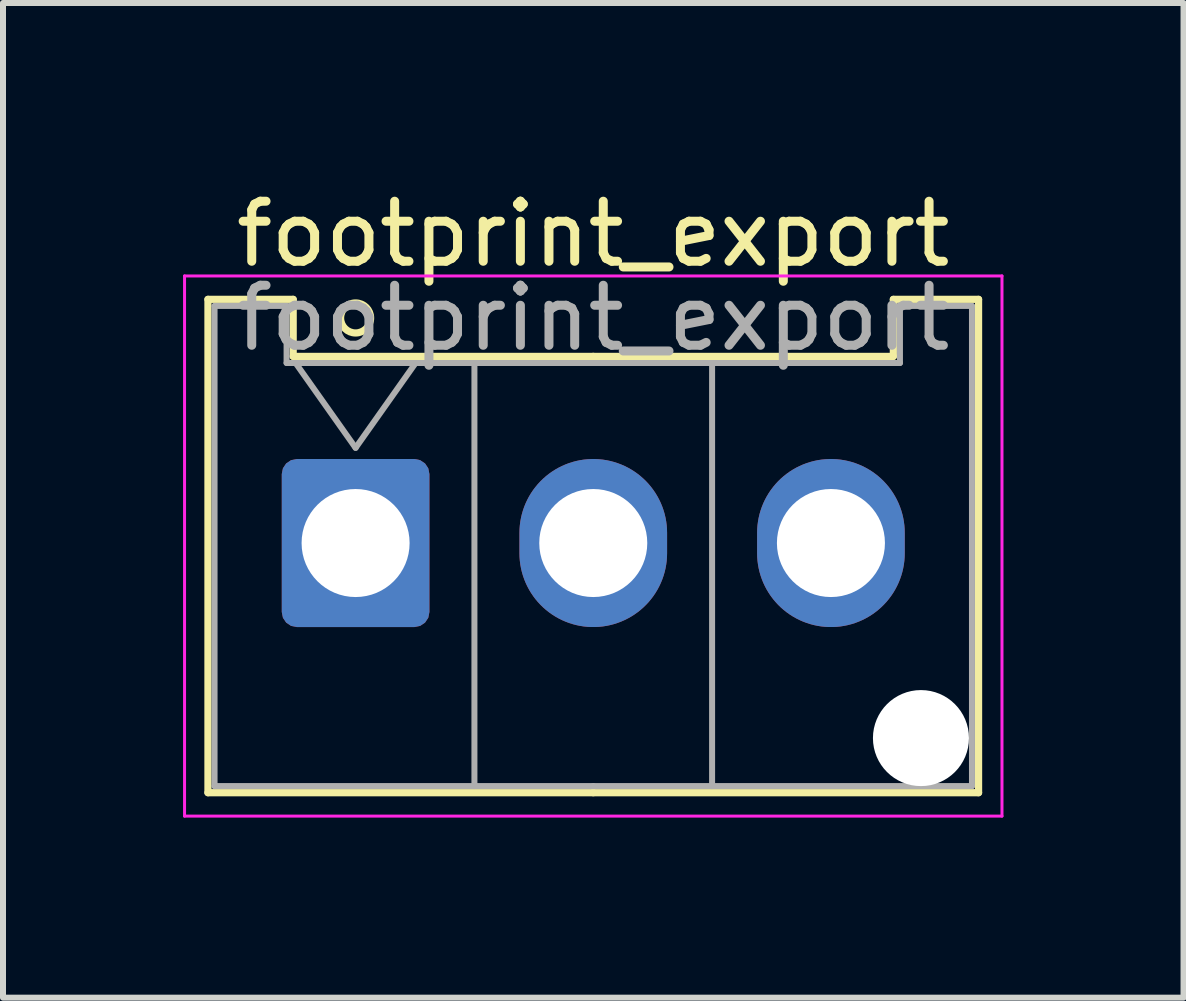
<source format=kicad_pcb>
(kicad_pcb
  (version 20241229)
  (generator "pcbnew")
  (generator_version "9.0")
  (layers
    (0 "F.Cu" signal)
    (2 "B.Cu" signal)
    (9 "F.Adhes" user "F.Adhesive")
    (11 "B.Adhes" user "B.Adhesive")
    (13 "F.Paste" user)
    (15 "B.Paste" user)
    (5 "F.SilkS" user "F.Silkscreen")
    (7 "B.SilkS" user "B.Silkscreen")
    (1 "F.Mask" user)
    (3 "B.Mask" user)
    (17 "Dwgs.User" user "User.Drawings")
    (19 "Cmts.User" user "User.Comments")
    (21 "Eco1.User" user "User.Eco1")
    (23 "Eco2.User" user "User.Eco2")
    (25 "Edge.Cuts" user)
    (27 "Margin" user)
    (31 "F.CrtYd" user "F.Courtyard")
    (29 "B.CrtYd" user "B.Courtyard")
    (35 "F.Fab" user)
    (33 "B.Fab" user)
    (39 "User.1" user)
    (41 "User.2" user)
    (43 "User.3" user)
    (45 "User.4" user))
  (footprint "footprint_export"
    (layer "F.Cu")
    (at 2.875 5.998)
    (property "Reference" "footprint_export" (at 3.96 -5.15 0) (layer "F.SilkS") (effects (font (size 1 1) (thickness 0.15))))
    (attr through_hole)
    (fp_line (start -2.46 -4.06) (end -1.04 -4.06) (stroke (width 0.12) (type solid)) (layer "F.SilkS"))
    (fp_line (start -2.46 4.16) (end -2.46 -4.06) (stroke (width 0.12) (type solid)) (layer "F.SilkS"))
    (fp_line (start -1.04 -4.06) (end -1.04 -3.11) (stroke (width 0.12) (type solid)) (layer "F.SilkS"))
    (fp_line (start -1.04 -3.11) (end 3.96 -3.11) (stroke (width 0.12) (type solid)) (layer "F.SilkS"))
    (fp_line (start 3.96 4.16) (end -2.46 4.16) (stroke (width 0.12) (type solid)) (layer "F.SilkS"))
    (fp_line (start 3.96 4.16) (end 10.38 4.16) (stroke (width 0.12) (type solid)) (layer "F.SilkS"))
    (fp_line (start 8.96 -4.06) (end 8.96 -3.11) (stroke (width 0.12) (type solid)) (layer "F.SilkS"))
    (fp_line (start 8.96 -3.11) (end 3.96 -3.11) (stroke (width 0.12) (type solid)) (layer "F.SilkS"))
    (fp_line (start 10.38 -4.06) (end 8.96 -4.06) (stroke (width 0.12) (type solid)) (layer "F.SilkS"))
    (fp_line (start 10.38 4.16) (end 10.38 -4.06) (stroke (width 0.12) (type solid)) (layer "F.SilkS"))
    (fp_circle (center 0 -3.75) (end 0.25 -3.75) (stroke (width 0.12) (type solid)) (fill no) (layer "F.SilkS"))
    (fp_line (start -2.85 -4.45) (end -2.85 4.55) (stroke (width 0.05) (type solid)) (layer "F.CrtYd"))
    (fp_line (start -2.85 4.55) (end 10.77 4.55) (stroke (width 0.05) (type solid)) (layer "F.CrtYd"))
    (fp_line (start 10.77 -4.45) (end -2.85 -4.45) (stroke (width 0.05) (type solid)) (layer "F.CrtYd"))
    (fp_line (start 10.77 4.55) (end 10.77 -4.45) (stroke (width 0.05) (type solid)) (layer "F.CrtYd"))
    (fp_line (start -2.35 -3.95) (end -1.15 -3.95) (stroke (width 0.1) (type solid)) (layer "F.Fab"))
    (fp_line (start -2.35 4.05) (end -2.35 -3.95) (stroke (width 0.1) (type solid)) (layer "F.Fab"))
    (fp_line (start -1.15 -3.95) (end -1.15 -3) (stroke (width 0.1) (type solid)) (layer "F.Fab"))
    (fp_line (start -1.15 -3) (end 3.96 -3) (stroke (width 0.1) (type solid)) (layer "F.Fab"))
    (fp_line (start -1 -3) (end 0 -1.586) (stroke (width 0.1) (type solid)) (layer "F.Fab"))
    (fp_line (start 0 -1.586) (end 1 -3) (stroke (width 0.1) (type solid)) (layer "F.Fab"))
    (fp_line (start 1.98 -3) (end 1.98 4.05) (stroke (width 0.1) (type solid)) (layer "F.Fab"))
    (fp_line (start 3.96 4.05) (end -2.35 4.05) (stroke (width 0.1) (type solid)) (layer "F.Fab"))
    (fp_line (start 3.96 4.05) (end 10.27 4.05) (stroke (width 0.1) (type solid)) (layer "F.Fab"))
    (fp_line (start 5.94 -3) (end 5.94 4.05) (stroke (width 0.1) (type solid)) (layer "F.Fab"))
    (fp_line (start 9.07 -3.95) (end 9.07 -3) (stroke (width 0.1) (type solid)) (layer "F.Fab"))
    (fp_line (start 9.07 -3) (end 3.96 -3) (stroke (width 0.1) (type solid)) (layer "F.Fab"))
    (fp_line (start 10.27 -3.95) (end 9.07 -3.95) (stroke (width 0.1) (type solid)) (layer "F.Fab"))
    (fp_line (start 10.27 4.05) (end 10.27 -3.95) (stroke (width 0.1) (type solid)) (layer "F.Fab"))
    (fp_text user "${REFERENCE}" (at 3.96 -3.75 0) (layer "F.Fab") (effects (font (size 1 1) (thickness 0.15))))
    (pad "" np_thru_hole circle (at 9.42 3.25) (size 1.6 1.6) (drill 1.6) (layers "*.Cu" "*.Mask"))
    (pad "1" thru_hole roundrect (at 0 0) (size 2.46 2.8) (drill 1.8) (layers "*.Cu" "*.Mask") (roundrect_rratio 0.102))
    (pad "2" thru_hole oval (at 3.96 0) (size 2.46 2.8) (drill 1.8) (layers "*.Cu" "*.Mask"))
    (pad "3" thru_hole oval (at 7.92 0) (size 2.46 2.8) (drill 1.8) (layers "*.Cu" "*.Mask")))
  (gr_rect
    (start -3 -3)
    (end 16.67 13.573)
    (stroke (width 0.1) (type default))
    (fill no)
    (layer "Edge.Cuts")))
</source>
